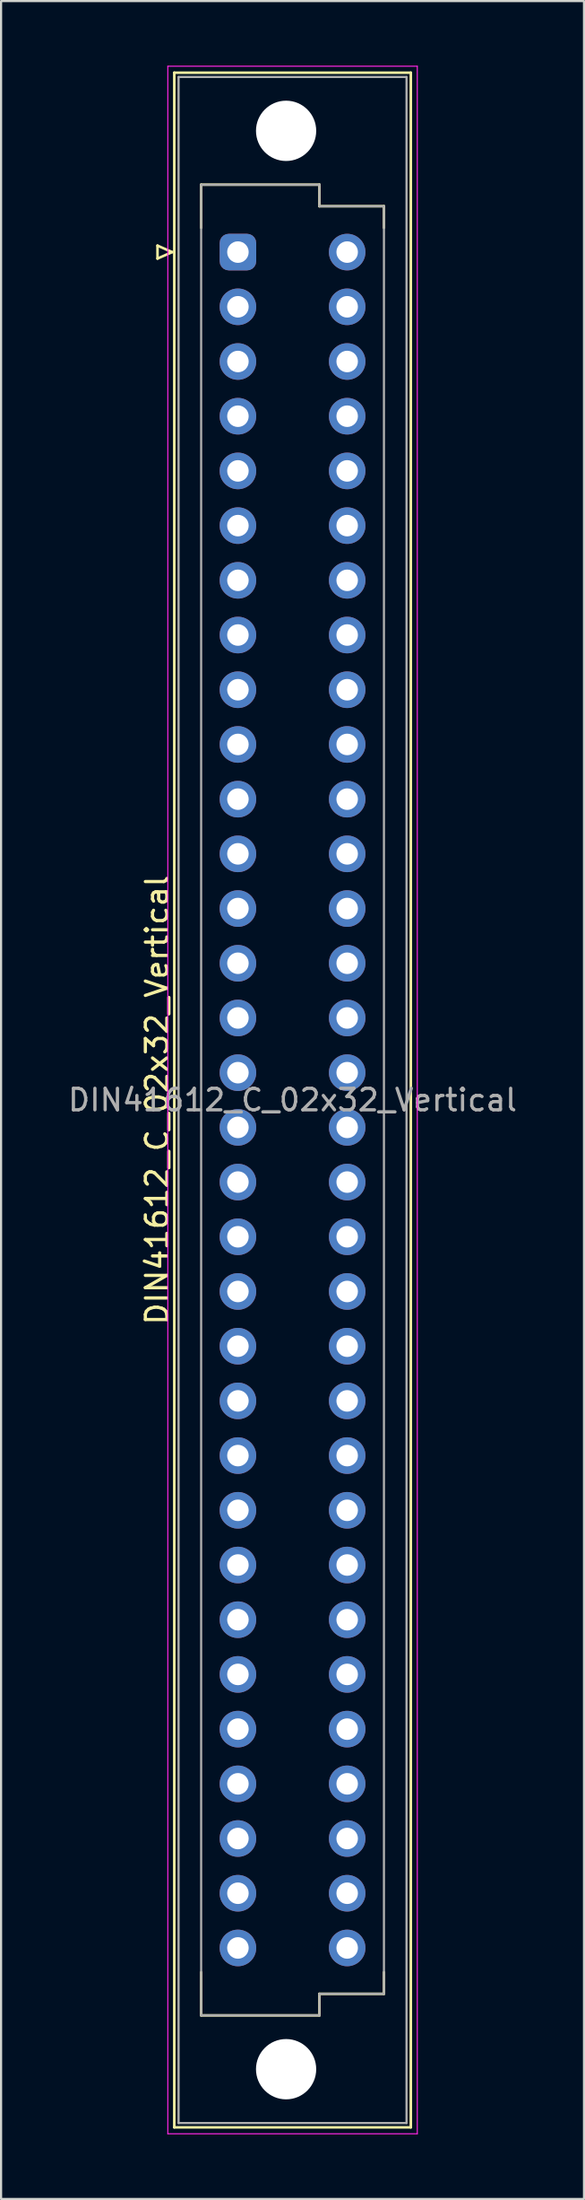
<source format=kicad_pcb>
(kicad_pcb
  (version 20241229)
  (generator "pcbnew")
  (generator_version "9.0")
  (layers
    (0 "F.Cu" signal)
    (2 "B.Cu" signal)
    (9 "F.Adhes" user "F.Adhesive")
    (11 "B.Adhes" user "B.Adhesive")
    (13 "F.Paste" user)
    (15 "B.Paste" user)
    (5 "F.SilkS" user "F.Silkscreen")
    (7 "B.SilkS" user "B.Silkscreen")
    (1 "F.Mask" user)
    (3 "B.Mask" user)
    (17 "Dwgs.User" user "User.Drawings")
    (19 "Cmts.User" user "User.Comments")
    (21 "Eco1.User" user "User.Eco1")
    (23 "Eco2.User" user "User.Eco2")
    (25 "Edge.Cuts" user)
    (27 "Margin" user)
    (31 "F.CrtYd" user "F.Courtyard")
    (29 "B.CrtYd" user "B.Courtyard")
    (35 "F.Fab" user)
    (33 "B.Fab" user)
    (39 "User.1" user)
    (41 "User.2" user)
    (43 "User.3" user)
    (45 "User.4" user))
  (footprint "DIN41612_C_02x32_Vertical"
    (layer "F.Cu")
    (at 8.014 8.655)
    (property "Reference" "DIN41612_C_02x32_Vertical" (at -3.76 39.37 90) (layer "F.SilkS") (effects (font (size 1 1) (thickness 0.15))))
    (attr through_hole)
    (fp_line (start -3.74 -0.3) (end -3.74 0.3) (stroke (width 0.12) (type solid)) (layer "F.SilkS"))
    (fp_line (start -3.74 0.3) (end -3.06 0) (stroke (width 0.12) (type solid)) (layer "F.SilkS"))
    (fp_line (start -3.06 0) (end -3.74 -0.3) (stroke (width 0.12) (type solid)) (layer "F.SilkS"))
    (fp_line (start -2.96 -8.33) (end 8.04 -8.33) (stroke (width 0.12) (type solid)) (layer "F.SilkS"))
    (fp_line (start -2.96 87.07) (end -2.96 -8.33) (stroke (width 0.12) (type solid)) (layer "F.SilkS"))
    (fp_line (start -1.71 -3.13) (end 3.79 -3.13) (stroke (width 0.12) (type solid)) (layer "F.SilkS"))
    (fp_line (start -1.71 -1.13) (end -1.71 -3.13) (stroke (width 0.12) (type solid)) (layer "F.SilkS"))
    (fp_line (start -1.71 79.87) (end -1.71 81.87) (stroke (width 0.12) (type solid)) (layer "F.SilkS"))
    (fp_line (start -1.71 81.87) (end 3.79 81.87) (stroke (width 0.12) (type solid)) (layer "F.SilkS"))
    (fp_line (start 3.79 -3.13) (end 3.79 -2.13) (stroke (width 0.12) (type solid)) (layer "F.SilkS"))
    (fp_line (start 3.79 -2.13) (end 6.79 -2.13) (stroke (width 0.12) (type solid)) (layer "F.SilkS"))
    (fp_line (start 3.79 80.87) (end 6.79 80.87) (stroke (width 0.12) (type solid)) (layer "F.SilkS"))
    (fp_line (start 3.79 81.87) (end 3.79 80.87) (stroke (width 0.12) (type solid)) (layer "F.SilkS"))
    (fp_line (start 6.79 -2.13) (end 6.79 -1.13) (stroke (width 0.12) (type solid)) (layer "F.SilkS"))
    (fp_line (start 6.79 80.87) (end 6.79 79.87) (stroke (width 0.12) (type solid)) (layer "F.SilkS"))
    (fp_line (start 8.04 -8.33) (end 8.04 87.07) (stroke (width 0.12) (type solid)) (layer "F.SilkS"))
    (fp_line (start 8.04 87.07) (end -2.96 87.07) (stroke (width 0.12) (type solid)) (layer "F.SilkS"))
    (fp_line (start -3.26 -8.63) (end 8.34 -8.63) (stroke (width 0.05) (type solid)) (layer "F.CrtYd"))
    (fp_line (start -3.26 87.37) (end -3.26 -8.63) (stroke (width 0.05) (type solid)) (layer "F.CrtYd"))
    (fp_line (start 8.34 -8.63) (end 8.34 87.37) (stroke (width 0.05) (type solid)) (layer "F.CrtYd"))
    (fp_line (start 8.34 87.37) (end -3.26 87.37) (stroke (width 0.05) (type solid)) (layer "F.CrtYd"))
    (fp_line (start -2.76 -8.13) (end 7.84 -8.13) (stroke (width 0.1) (type solid)) (layer "F.Fab"))
    (fp_line (start -2.76 86.87) (end -2.76 -8.13) (stroke (width 0.1) (type solid)) (layer "F.Fab"))
    (fp_line (start -1.71 -3.13) (end 3.79 -3.13) (stroke (width 0.1) (type solid)) (layer "F.Fab"))
    (fp_line (start -1.71 81.87) (end -1.71 -3.13) (stroke (width 0.1) (type solid)) (layer "F.Fab"))
    (fp_line (start 3.79 -3.13) (end 3.79 -2.13) (stroke (width 0.1) (type solid)) (layer "F.Fab"))
    (fp_line (start 3.79 -2.13) (end 6.79 -2.13) (stroke (width 0.1) (type solid)) (layer "F.Fab"))
    (fp_line (start 3.79 80.87) (end 3.79 81.87) (stroke (width 0.1) (type solid)) (layer "F.Fab"))
    (fp_line (start 3.79 81.87) (end -1.71 81.87) (stroke (width 0.1) (type solid)) (layer "F.Fab"))
    (fp_line (start 6.79 -2.13) (end 6.79 80.87) (stroke (width 0.1) (type solid)) (layer "F.Fab"))
    (fp_line (start 6.79 80.87) (end 3.79 80.87) (stroke (width 0.1) (type solid)) (layer "F.Fab"))
    (fp_line (start 7.84 -8.13) (end 7.84 86.87) (stroke (width 0.1) (type solid)) (layer "F.Fab"))
    (fp_line (start 7.84 86.87) (end -2.76 86.87) (stroke (width 0.1) (type solid)) (layer "F.Fab"))
    (fp_text user "${REFERENCE}" (at 2.54 39.37 0) (layer "F.Fab") (effects (font (size 1 1) (thickness 0.15))))
    (pad "" np_thru_hole circle (at 2.24 -5.63) (size 2.8 2.8) (drill 2.8) (layers "*.Cu" "*.Mask"))
    (pad "" np_thru_hole circle (at 2.24 84.37) (size 2.8 2.8) (drill 2.8) (layers "*.Cu" "*.Mask"))
    (pad "a1" thru_hole roundrect (at 0 0) (size 1.7 1.7) (drill 1) (layers "*.Cu" "*.Mask") (roundrect_rratio 0.25))
    (pad "a2" thru_hole circle (at 0 2.54) (size 1.7 1.7) (drill 1) (layers "*.Cu" "*.Mask"))
    (pad "a3" thru_hole circle (at 0 5.08) (size 1.7 1.7) (drill 1) (layers "*.Cu" "*.Mask"))
    (pad "a4" thru_hole circle (at 0 7.62) (size 1.7 1.7) (drill 1) (layers "*.Cu" "*.Mask"))
    (pad "a5" thru_hole circle (at 0 10.16) (size 1.7 1.7) (drill 1) (layers "*.Cu" "*.Mask"))
    (pad "a6" thru_hole circle (at 0 12.7) (size 1.7 1.7) (drill 1) (layers "*.Cu" "*.Mask"))
    (pad "a7" thru_hole circle (at 0 15.24) (size 1.7 1.7) (drill 1) (layers "*.Cu" "*.Mask"))
    (pad "a8" thru_hole circle (at 0 17.78) (size 1.7 1.7) (drill 1) (layers "*.Cu" "*.Mask"))
    (pad "a9" thru_hole circle (at 0 20.32) (size 1.7 1.7) (drill 1) (layers "*.Cu" "*.Mask"))
    (pad "a10" thru_hole circle (at 0 22.86) (size 1.7 1.7) (drill 1) (layers "*.Cu" "*.Mask"))
    (pad "a11" thru_hole circle (at 0 25.4) (size 1.7 1.7) (drill 1) (layers "*.Cu" "*.Mask"))
    (pad "a12" thru_hole circle (at 0 27.94) (size 1.7 1.7) (drill 1) (layers "*.Cu" "*.Mask"))
    (pad "a13" thru_hole circle (at 0 30.48) (size 1.7 1.7) (drill 1) (layers "*.Cu" "*.Mask"))
    (pad "a14" thru_hole circle (at 0 33.02) (size 1.7 1.7) (drill 1) (layers "*.Cu" "*.Mask"))
    (pad "a15" thru_hole circle (at 0 35.56) (size 1.7 1.7) (drill 1) (layers "*.Cu" "*.Mask"))
    (pad "a16" thru_hole circle (at 0 38.1) (size 1.7 1.7) (drill 1) (layers "*.Cu" "*.Mask"))
    (pad "a17" thru_hole circle (at 0 40.64) (size 1.7 1.7) (drill 1) (layers "*.Cu" "*.Mask"))
    (pad "a18" thru_hole circle (at 0 43.18) (size 1.7 1.7) (drill 1) (layers "*.Cu" "*.Mask"))
    (pad "a19" thru_hole circle (at 0 45.72) (size 1.7 1.7) (drill 1) (layers "*.Cu" "*.Mask"))
    (pad "a20" thru_hole circle (at 0 48.26) (size 1.7 1.7) (drill 1) (layers "*.Cu" "*.Mask"))
    (pad "a21" thru_hole circle (at 0 50.8) (size 1.7 1.7) (drill 1) (layers "*.Cu" "*.Mask"))
    (pad "a22" thru_hole circle (at 0 53.34) (size 1.7 1.7) (drill 1) (layers "*.Cu" "*.Mask"))
    (pad "a23" thru_hole circle (at 0 55.88) (size 1.7 1.7) (drill 1) (layers "*.Cu" "*.Mask"))
    (pad "a24" thru_hole circle (at 0 58.42) (size 1.7 1.7) (drill 1) (layers "*.Cu" "*.Mask"))
    (pad "a25" thru_hole circle (at 0 60.96) (size 1.7 1.7) (drill 1) (layers "*.Cu" "*.Mask"))
    (pad "a26" thru_hole circle (at 0 63.5) (size 1.7 1.7) (drill 1) (layers "*.Cu" "*.Mask"))
    (pad "a27" thru_hole circle (at 0 66.04) (size 1.7 1.7) (drill 1) (layers "*.Cu" "*.Mask"))
    (pad "a28" thru_hole circle (at 0 68.58) (size 1.7 1.7) (drill 1) (layers "*.Cu" "*.Mask"))
    (pad "a29" thru_hole circle (at 0 71.12) (size 1.7 1.7) (drill 1) (layers "*.Cu" "*.Mask"))
    (pad "a30" thru_hole circle (at 0 73.66) (size 1.7 1.7) (drill 1) (layers "*.Cu" "*.Mask"))
    (pad "a31" thru_hole circle (at 0 76.2) (size 1.7 1.7) (drill 1) (layers "*.Cu" "*.Mask"))
    (pad "a32" thru_hole circle (at 0 78.74) (size 1.7 1.7) (drill 1) (layers "*.Cu" "*.Mask"))
    (pad "c1" thru_hole circle (at 5.08 0) (size 1.7 1.7) (drill 1) (layers "*.Cu" "*.Mask"))
    (pad "c2" thru_hole circle (at 5.08 2.54) (size 1.7 1.7) (drill 1) (layers "*.Cu" "*.Mask"))
    (pad "c3" thru_hole circle (at 5.08 5.08) (size 1.7 1.7) (drill 1) (layers "*.Cu" "*.Mask"))
    (pad "c4" thru_hole circle (at 5.08 7.62) (size 1.7 1.7) (drill 1) (layers "*.Cu" "*.Mask"))
    (pad "c5" thru_hole circle (at 5.08 10.16) (size 1.7 1.7) (drill 1) (layers "*.Cu" "*.Mask"))
    (pad "c6" thru_hole circle (at 5.08 12.7) (size 1.7 1.7) (drill 1) (layers "*.Cu" "*.Mask"))
    (pad "c7" thru_hole circle (at 5.08 15.24) (size 1.7 1.7) (drill 1) (layers "*.Cu" "*.Mask"))
    (pad "c8" thru_hole circle (at 5.08 17.78) (size 1.7 1.7) (drill 1) (layers "*.Cu" "*.Mask"))
    (pad "c9" thru_hole circle (at 5.08 20.32) (size 1.7 1.7) (drill 1) (layers "*.Cu" "*.Mask"))
    (pad "c10" thru_hole circle (at 5.08 22.86) (size 1.7 1.7) (drill 1) (layers "*.Cu" "*.Mask"))
    (pad "c11" thru_hole circle (at 5.08 25.4) (size 1.7 1.7) (drill 1) (layers "*.Cu" "*.Mask"))
    (pad "c12" thru_hole circle (at 5.08 27.94) (size 1.7 1.7) (drill 1) (layers "*.Cu" "*.Mask"))
    (pad "c13" thru_hole circle (at 5.08 30.48) (size 1.7 1.7) (drill 1) (layers "*.Cu" "*.Mask"))
    (pad "c14" thru_hole circle (at 5.08 33.02) (size 1.7 1.7) (drill 1) (layers "*.Cu" "*.Mask"))
    (pad "c15" thru_hole circle (at 5.08 35.56) (size 1.7 1.7) (drill 1) (layers "*.Cu" "*.Mask"))
    (pad "c16" thru_hole circle (at 5.08 38.1) (size 1.7 1.7) (drill 1) (layers "*.Cu" "*.Mask"))
    (pad "c17" thru_hole circle (at 5.08 40.64) (size 1.7 1.7) (drill 1) (layers "*.Cu" "*.Mask"))
    (pad "c18" thru_hole circle (at 5.08 43.18) (size 1.7 1.7) (drill 1) (layers "*.Cu" "*.Mask"))
    (pad "c19" thru_hole circle (at 5.08 45.72) (size 1.7 1.7) (drill 1) (layers "*.Cu" "*.Mask"))
    (pad "c20" thru_hole circle (at 5.08 48.26) (size 1.7 1.7) (drill 1) (layers "*.Cu" "*.Mask"))
    (pad "c21" thru_hole circle (at 5.08 50.8) (size 1.7 1.7) (drill 1) (layers "*.Cu" "*.Mask"))
    (pad "c22" thru_hole circle (at 5.08 53.34) (size 1.7 1.7) (drill 1) (layers "*.Cu" "*.Mask"))
    (pad "c23" thru_hole circle (at 5.08 55.88) (size 1.7 1.7) (drill 1) (layers "*.Cu" "*.Mask"))
    (pad "c24" thru_hole circle (at 5.08 58.42) (size 1.7 1.7) (drill 1) (layers "*.Cu" "*.Mask"))
    (pad "c25" thru_hole circle (at 5.08 60.96) (size 1.7 1.7) (drill 1) (layers "*.Cu" "*.Mask"))
    (pad "c26" thru_hole circle (at 5.08 63.5) (size 1.7 1.7) (drill 1) (layers "*.Cu" "*.Mask"))
    (pad "c27" thru_hole circle (at 5.08 66.04) (size 1.7 1.7) (drill 1) (layers "*.Cu" "*.Mask"))
    (pad "c28" thru_hole circle (at 5.08 68.58) (size 1.7 1.7) (drill 1) (layers "*.Cu" "*.Mask"))
    (pad "c29" thru_hole circle (at 5.08 71.12) (size 1.7 1.7) (drill 1) (layers "*.Cu" "*.Mask"))
    (pad "c30" thru_hole circle (at 5.08 73.66) (size 1.7 1.7) (drill 1) (layers "*.Cu" "*.Mask"))
    (pad "c31" thru_hole circle (at 5.08 76.2) (size 1.7 1.7) (drill 1) (layers "*.Cu" "*.Mask"))
    (pad "c32" thru_hole circle (at 5.08 78.74) (size 1.7 1.7) (drill 1) (layers "*.Cu" "*.Mask")))
  (gr_rect
    (start -3 -3)
    (end 24.107 99.05)
    (stroke (width 0.1) (type default))
    (fill no)
    (layer "Edge.Cuts")))
</source>
